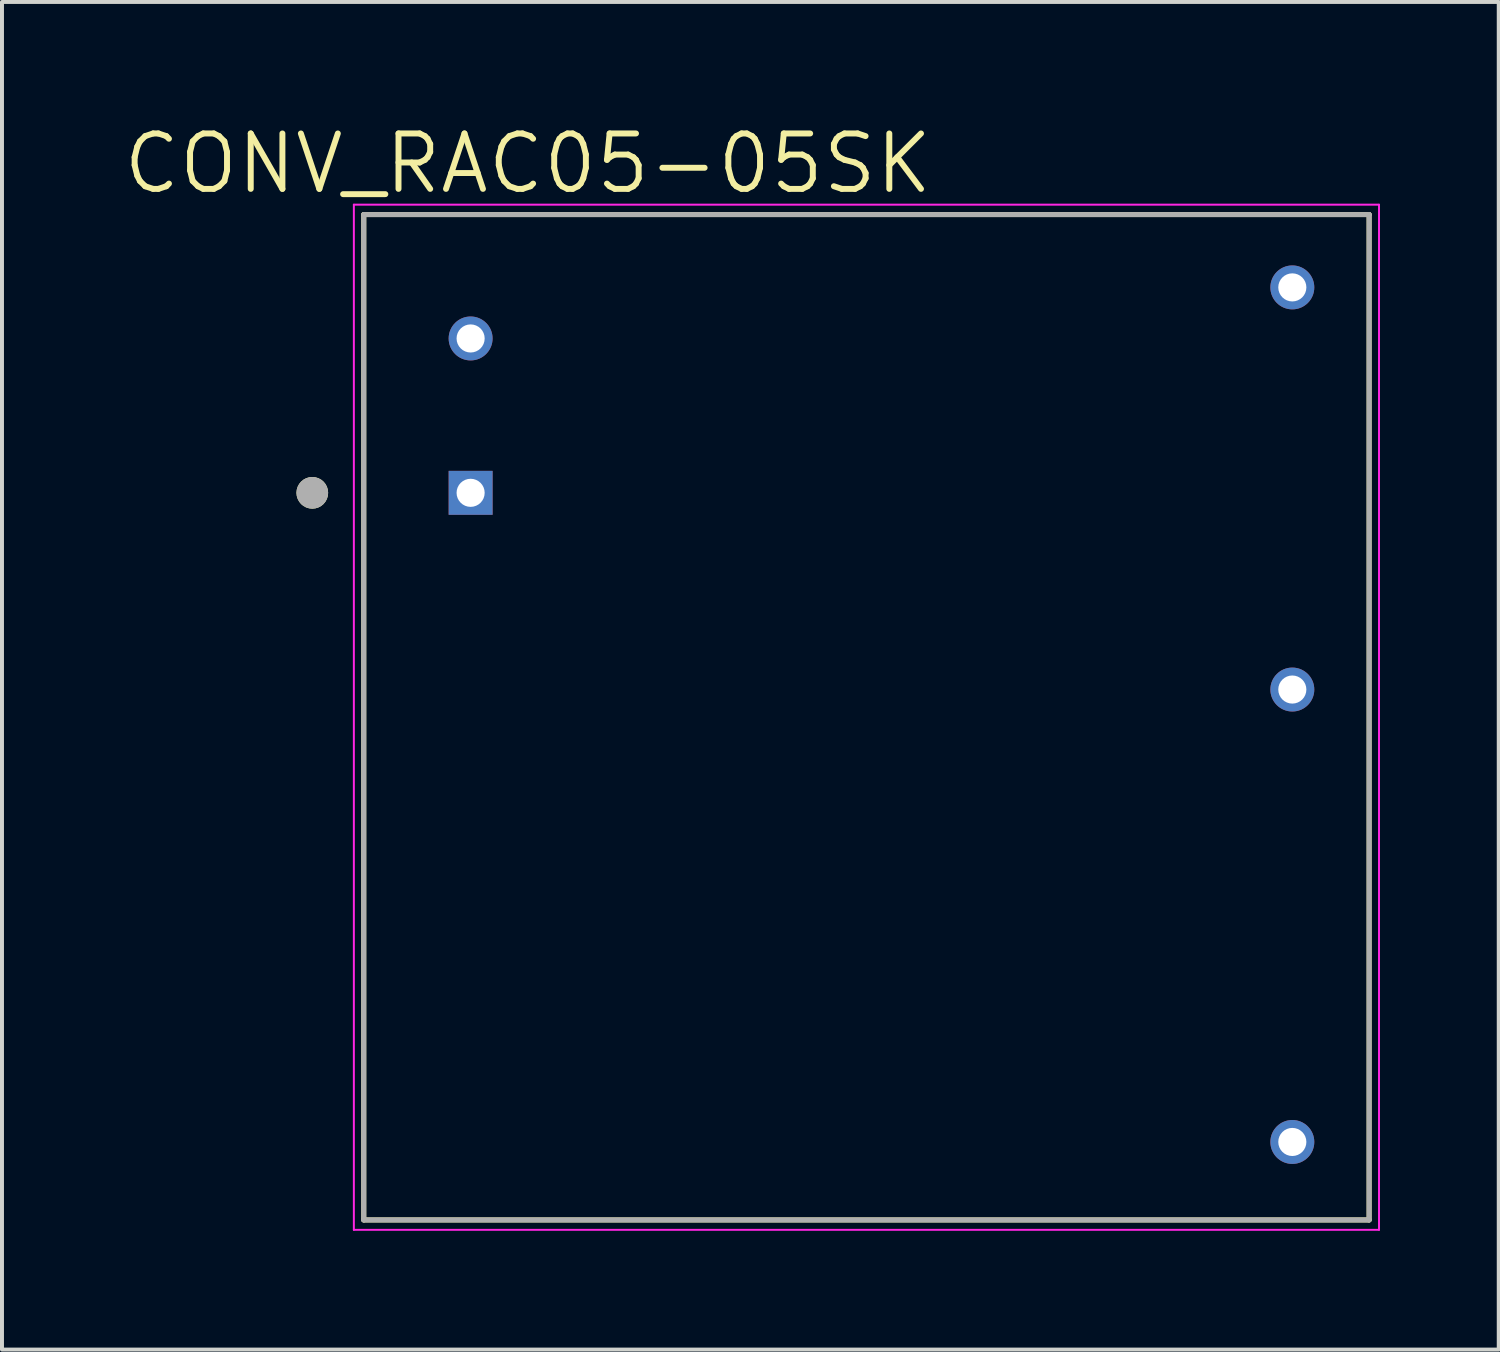
<source format=kicad_pcb>
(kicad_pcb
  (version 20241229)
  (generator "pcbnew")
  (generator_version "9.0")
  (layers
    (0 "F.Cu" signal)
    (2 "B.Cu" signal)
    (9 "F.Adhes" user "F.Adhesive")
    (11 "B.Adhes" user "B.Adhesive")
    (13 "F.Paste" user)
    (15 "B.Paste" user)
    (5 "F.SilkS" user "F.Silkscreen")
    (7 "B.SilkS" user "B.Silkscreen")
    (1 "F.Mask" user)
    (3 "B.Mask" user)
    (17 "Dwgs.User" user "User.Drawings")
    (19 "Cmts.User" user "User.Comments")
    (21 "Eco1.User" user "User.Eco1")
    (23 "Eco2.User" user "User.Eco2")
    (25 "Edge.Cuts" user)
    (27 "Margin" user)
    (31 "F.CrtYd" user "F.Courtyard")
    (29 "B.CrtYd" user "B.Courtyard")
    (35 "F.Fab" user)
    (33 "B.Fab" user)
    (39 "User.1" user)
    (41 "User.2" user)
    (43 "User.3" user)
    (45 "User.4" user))
  (footprint "CONV_RAC05-05SK"
    (layer "F.Cu")
    (at 18.84 15.071)
    (property "Reference" "CONV_RAC05-05SK" (at -8.555 -13.989 0) (layer "F.SilkS") (effects (font (size 1.4 1.4) (thickness 0.15))))
    (attr through_hole)
    (fp_line (start -12.7 -12.7) (end 12.7 -12.7) (stroke (width 0.127) (type solid)) (layer "F.SilkS"))
    (fp_line (start -12.7 12.7) (end -12.7 -12.7) (stroke (width 0.127) (type solid)) (layer "F.SilkS"))
    (fp_line (start 12.7 -12.7) (end 12.7 12.7) (stroke (width 0.127) (type solid)) (layer "F.SilkS"))
    (fp_line (start 12.7 12.7) (end -12.7 12.7) (stroke (width 0.127) (type solid)) (layer "F.SilkS"))
    (fp_circle (center -14 -5.67) (end -13.8 -5.67) (stroke (width 0.4) (type solid)) (fill no) (layer "F.SilkS"))
    (fp_line (start -12.95 -12.95) (end 12.95 -12.95) (stroke (width 0.05) (type solid)) (layer "F.CrtYd"))
    (fp_line (start -12.95 12.95) (end -12.95 -12.95) (stroke (width 0.05) (type solid)) (layer "F.CrtYd"))
    (fp_line (start 12.95 -12.95) (end 12.95 12.95) (stroke (width 0.05) (type solid)) (layer "F.CrtYd"))
    (fp_line (start 12.95 12.95) (end -12.95 12.95) (stroke (width 0.05) (type solid)) (layer "F.CrtYd"))
    (fp_line (start -12.7 -12.7) (end 12.7 -12.7) (stroke (width 0.127) (type solid)) (layer "F.Fab"))
    (fp_line (start -12.7 12.7) (end -12.7 -12.7) (stroke (width 0.127) (type solid)) (layer "F.Fab"))
    (fp_line (start 12.7 -12.7) (end 12.7 12.7) (stroke (width 0.127) (type solid)) (layer "F.Fab"))
    (fp_line (start 12.7 12.7) (end -12.7 12.7) (stroke (width 0.127) (type solid)) (layer "F.Fab"))
    (fp_circle (center -14 -5.67) (end -13.8 -5.67) (stroke (width 0.4) (type solid)) (fill no) (layer "F.Fab"))
    (pad "1" thru_hole rect (at -10 -5.67) (size 1.11 1.11) (drill 0.71) (layers "*.Cu" "*.Mask"))
    (pad "2" thru_hole circle (at -10 -9.57) (size 1.11 1.11) (drill 0.71) (layers "*.Cu" "*.Mask"))
    (pad "3" thru_hole circle (at 10.76 10.73) (size 1.11 1.11) (drill 0.71) (layers "*.Cu" "*.Mask"))
    (pad "4" thru_hole circle (at 10.76 -0.7) (size 1.11 1.11) (drill 0.71) (layers "*.Cu" "*.Mask"))
    (pad "5" thru_hole circle (at 10.76 -10.86) (size 1.11 1.11) (drill 0.71) (layers "*.Cu" "*.Mask")))
  (gr_rect
    (start -3 -3)
    (end 34.815 31.046)
    (stroke (width 0.1) (type default))
    (fill no)
    (layer "Edge.Cuts")))
</source>
